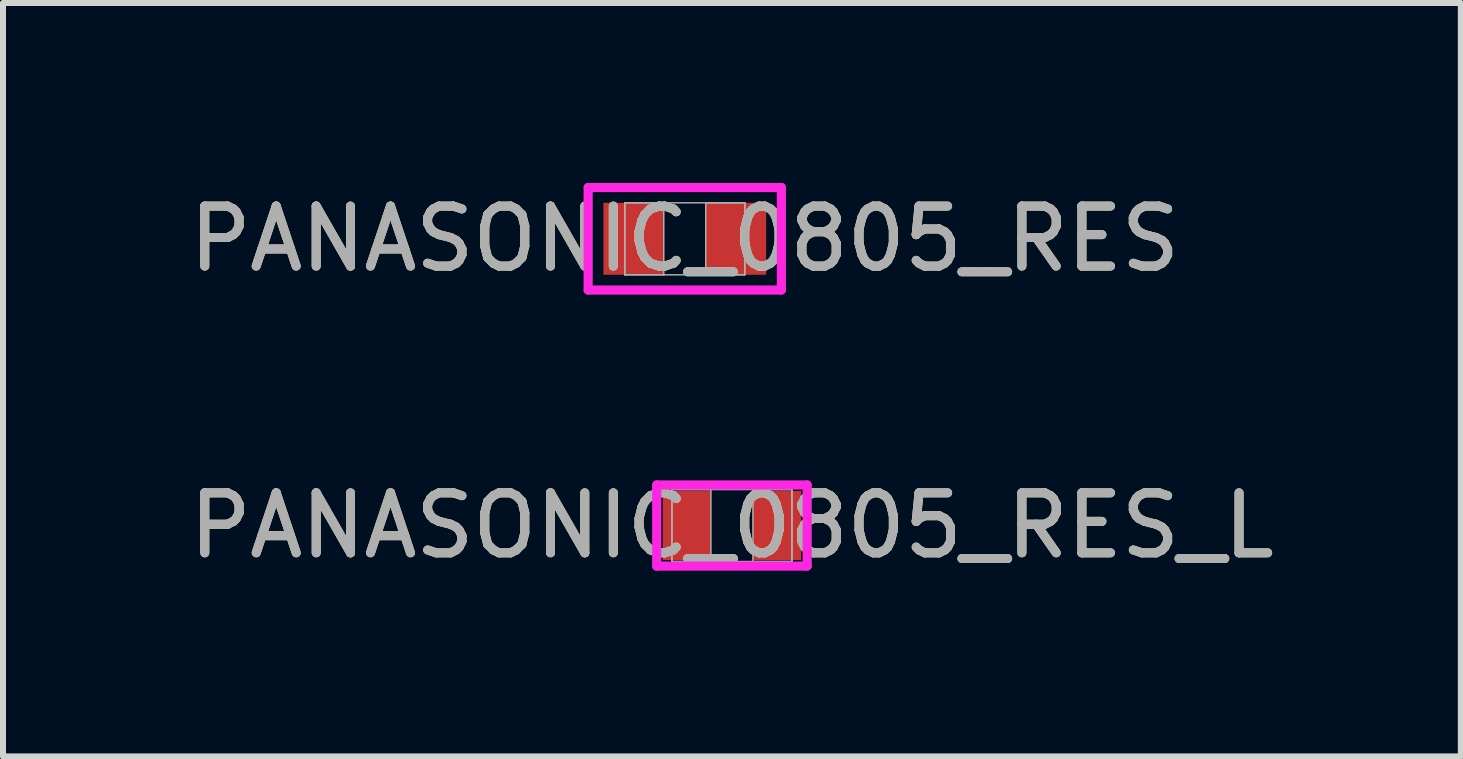
<source format=kicad_pcb>
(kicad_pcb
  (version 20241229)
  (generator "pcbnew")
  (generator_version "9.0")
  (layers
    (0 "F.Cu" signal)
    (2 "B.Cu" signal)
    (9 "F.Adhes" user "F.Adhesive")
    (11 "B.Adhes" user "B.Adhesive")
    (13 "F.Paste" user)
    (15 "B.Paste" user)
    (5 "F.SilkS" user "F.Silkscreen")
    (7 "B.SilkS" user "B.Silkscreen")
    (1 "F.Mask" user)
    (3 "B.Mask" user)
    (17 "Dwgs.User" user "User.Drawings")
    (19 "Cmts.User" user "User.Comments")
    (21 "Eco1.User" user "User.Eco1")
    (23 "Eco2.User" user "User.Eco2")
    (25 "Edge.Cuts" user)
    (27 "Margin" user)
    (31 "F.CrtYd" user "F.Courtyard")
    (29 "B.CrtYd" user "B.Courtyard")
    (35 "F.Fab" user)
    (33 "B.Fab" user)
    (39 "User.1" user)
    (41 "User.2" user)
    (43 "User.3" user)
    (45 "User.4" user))
  (footprint "PANASONIC_0805_RES"
    (layer "F.Cu")
    (at 8.363 0.93)
    (property "Reference" "PANASONIC_0805_RES" (at 0 0 0) (unlocked yes) (layer "F.SilkS") (effects (font (size 1 1) (thickness 0.15))))
    (attr smd)
    (fp_line (start -1.61 -0.854) (end 1.61 -0.854) (stroke (width 0.152) (type solid)) (layer "F.CrtYd"))
    (fp_line (start -1.61 0.854) (end -1.61 -0.854) (stroke (width 0.152) (type solid)) (layer "F.CrtYd"))
    (fp_line (start 1.61 -0.854) (end 1.61 0.854) (stroke (width 0.152) (type solid)) (layer "F.CrtYd"))
    (fp_line (start 1.61 0.854) (end -1.61 0.854) (stroke (width 0.152) (type solid)) (layer "F.CrtYd"))
    (fp_line (start -1 -0.6) (end -1 0.6) (stroke (width 0.025) (type solid)) (layer "F.Fab"))
    (fp_line (start -1 -0.6) (end -1 0.6) (stroke (width 0.025) (type solid)) (layer "F.Fab"))
    (fp_line (start -1 0.6) (end -0.35 0.6) (stroke (width 0.025) (type solid)) (layer "F.Fab"))
    (fp_line (start -1 0.6) (end 1 0.6) (stroke (width 0.025) (type solid)) (layer "F.Fab"))
    (fp_line (start -0.35 -0.6) (end -1 -0.6) (stroke (width 0.025) (type solid)) (layer "F.Fab"))
    (fp_line (start -0.35 0.6) (end -0.35 -0.6) (stroke (width 0.025) (type solid)) (layer "F.Fab"))
    (fp_line (start 0.35 -0.6) (end 0.35 0.6) (stroke (width 0.025) (type solid)) (layer "F.Fab"))
    (fp_line (start 0.35 0.6) (end 1 0.6) (stroke (width 0.025) (type solid)) (layer "F.Fab"))
    (fp_line (start 1 -0.6) (end -1 -0.6) (stroke (width 0.025) (type solid)) (layer "F.Fab"))
    (fp_line (start 1 -0.6) (end 0.35 -0.6) (stroke (width 0.025) (type solid)) (layer "F.Fab"))
    (fp_line (start 1 0.6) (end 1 -0.6) (stroke (width 0.025) (type solid)) (layer "F.Fab"))
    (fp_line (start 1 0.6) (end 1 -0.6) (stroke (width 0.025) (type solid)) (layer "F.Fab"))
    (fp_text user "${REFERENCE}" (at 0 0 0) (unlocked yes) (layer "F.Fab") (effects (font (size 1 1) (thickness 0.15))))
    (pad "1" smd rect (at -0.853 0) (size 1.006 1.2) (layers "F.Cu" "F.Mask" "F.Paste"))
    (pad "2" smd rect (at 0.853 0) (size 1.006 1.2) (layers "F.Cu" "F.Mask" "F.Paste"))
    (zone (net_name "") (layer "F.Cu") (hatch full 0.508) (connect_pads) (min_thickness 0.254) (filled_areas_thickness no) (keepout (tracks not_allowed) (vias not_allowed) (pads allowed) (copperpour not_allowed) (footprints allowed)) (placement (enabled no)) (fill) (polygon (pts (xy 8.064 0.381) (xy 8.662 0.381) (xy 8.662 1.479) (xy 8.064 1.479)))))
  (footprint "PANASONIC_0805_RES_L"
    (layer "F.Cu")
    (at 9.149 5.709)
    (property "Reference" "PANASONIC_0805_RES_L" (at 0 0 0) (unlocked yes) (layer "F.SilkS") (effects (font (size 1 1) (thickness 0.15))))
    (attr smd)
    (fp_line (start -1.254 -0.676) (end 1.254 -0.676) (stroke (width 0.152) (type solid)) (layer "F.CrtYd"))
    (fp_line (start -1.254 0.676) (end -1.254 -0.676) (stroke (width 0.152) (type solid)) (layer "F.CrtYd"))
    (fp_line (start 1.254 -0.676) (end 1.254 0.676) (stroke (width 0.152) (type solid)) (layer "F.CrtYd"))
    (fp_line (start 1.254 0.676) (end -1.254 0.676) (stroke (width 0.152) (type solid)) (layer "F.CrtYd"))
    (fp_line (start -1 -0.6) (end -1 0.6) (stroke (width 0.025) (type solid)) (layer "F.Fab"))
    (fp_line (start -1 -0.6) (end -1 0.6) (stroke (width 0.025) (type solid)) (layer "F.Fab"))
    (fp_line (start -1 0.6) (end -0.35 0.6) (stroke (width 0.025) (type solid)) (layer "F.Fab"))
    (fp_line (start -1 0.6) (end 1 0.6) (stroke (width 0.025) (type solid)) (layer "F.Fab"))
    (fp_line (start -0.35 -0.6) (end -1 -0.6) (stroke (width 0.025) (type solid)) (layer "F.Fab"))
    (fp_line (start -0.35 0.6) (end -0.35 -0.6) (stroke (width 0.025) (type solid)) (layer "F.Fab"))
    (fp_line (start 0.35 -0.6) (end 0.35 0.6) (stroke (width 0.025) (type solid)) (layer "F.Fab"))
    (fp_line (start 0.35 0.6) (end 1 0.6) (stroke (width 0.025) (type solid)) (layer "F.Fab"))
    (fp_line (start 1 -0.6) (end -1 -0.6) (stroke (width 0.025) (type solid)) (layer "F.Fab"))
    (fp_line (start 1 -0.6) (end 0.35 -0.6) (stroke (width 0.025) (type solid)) (layer "F.Fab"))
    (fp_line (start 1 0.6) (end 1 -0.6) (stroke (width 0.025) (type solid)) (layer "F.Fab"))
    (fp_line (start 1 0.6) (end 1 -0.6) (stroke (width 0.025) (type solid)) (layer "F.Fab"))
    (fp_text user "${REFERENCE}" (at 0 0 0) (unlocked yes) (layer "F.Fab") (effects (font (size 1 1) (thickness 0.15))))
    (pad "1" smd rect (at -0.751 0) (size 0.802 1.149) (layers "F.Cu" "F.Mask" "F.Paste"))
    (pad "2" smd rect (at 0.751 0) (size 0.802 1.149) (layers "F.Cu" "F.Mask" "F.Paste"))
    (zone (net_name "") (layer "F.Cu") (hatch full 0.508) (connect_pads) (min_thickness 0.254) (filled_areas_thickness no) (keepout (tracks not_allowed) (vias not_allowed) (pads allowed) (copperpour not_allowed) (footprints allowed)) (placement (enabled no)) (fill) (polygon (pts (xy 8.85 5.159) (xy 9.448 5.159) (xy 9.448 6.258) (xy 8.85 6.258)))))
  (gr_rect
    (start -3 -3)
    (end 21.298 9.557)
    (stroke (width 0.1) (type default))
    (fill no)
    (layer "Edge.Cuts")))
</source>
